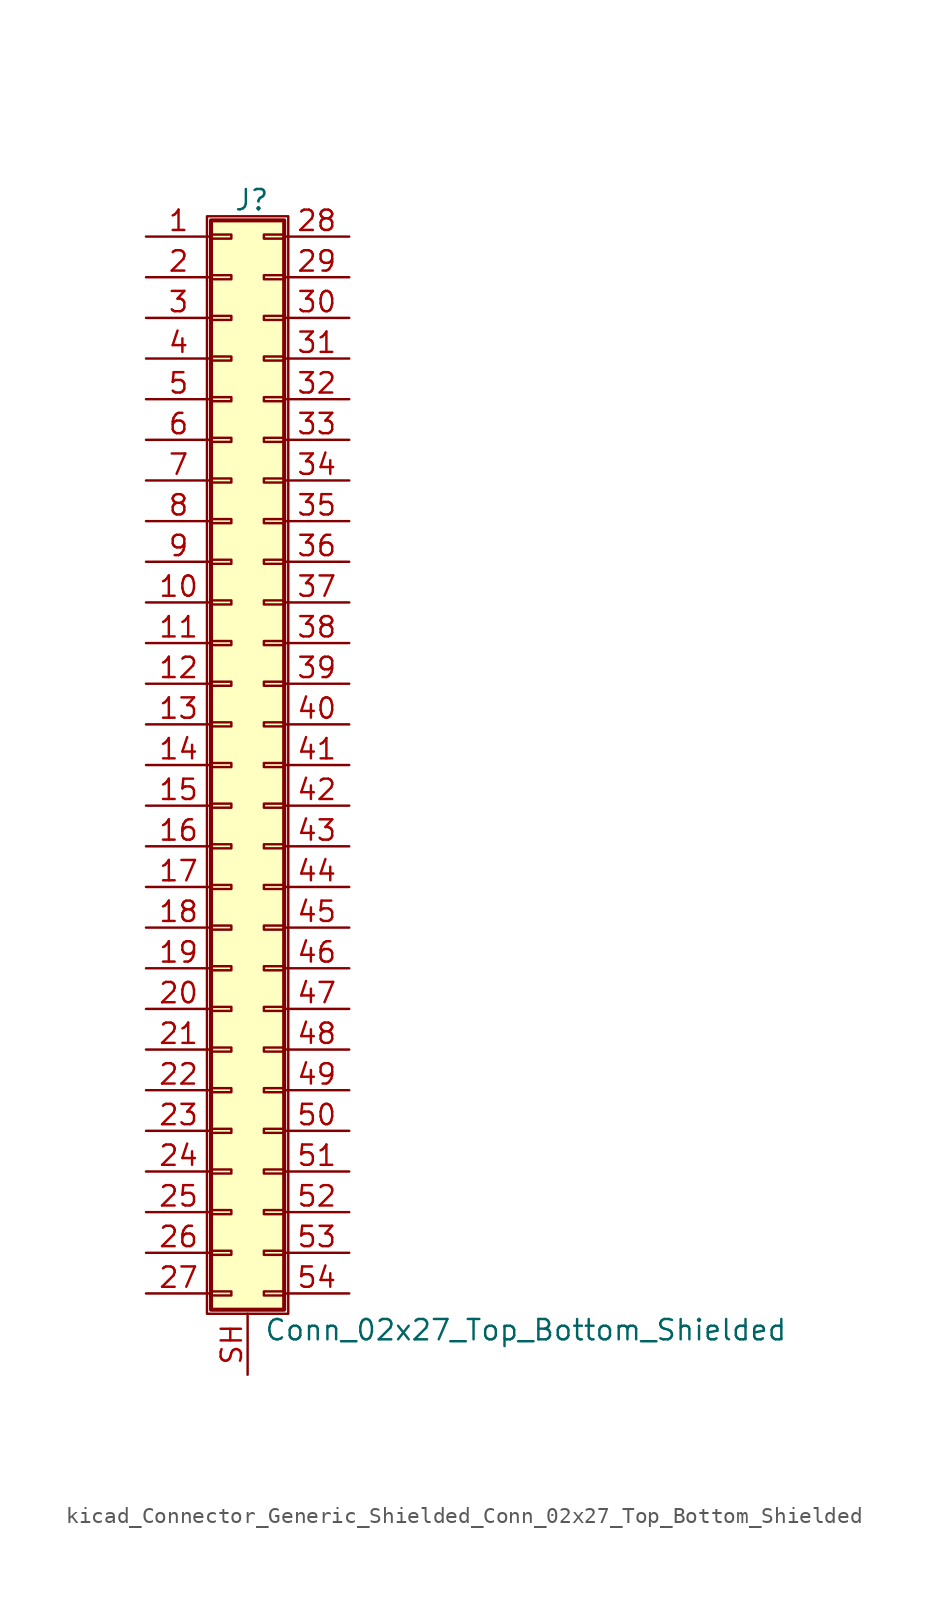
<source format=kicad_sym>
(kicad_symbol_lib
  (version 20220914)
  (generator kicad_symbol_editor)
  (symbol "kicad_Connector_Generic_Shielded_Conn_02x27_Top_Bottom_Shielded"
    (pin_names
      (offset 1.016) hide)
    (property "Reference" "J"
      (at 1.524 35.306 0)
      (effects (font (size 1.27 1.27))))
    (property "Value" "Conn_02x27_Top_Bottom_Shielded"
      (at 2.286 -35.306 0)
      (effects (font (size 1.27 1.27)) (justify left)))
    (symbol "kicad_Connector_Generic_Shielded_Conn_02x27_Top_Bottom_Shielded_1_1"
      (rectangle (start -1.27 34.29) (end 3.81 -34.29) (stroke (width 0.152) (type default)) (fill (type none)))
      (rectangle (start -1.016 -32.893) (end 0.254 -33.147) (stroke (width 0.152) (type default)) (fill (type none)))
      (rectangle (start -1.016 -30.353) (end 0.254 -30.607) (stroke (width 0.152) (type default)) (fill (type none)))
      (rectangle (start -1.016 -27.813) (end 0.254 -28.067) (stroke (width 0.152) (type default)) (fill (type none)))
      (rectangle (start -1.016 -25.273) (end 0.254 -25.527) (stroke (width 0.152) (type default)) (fill (type none)))
      (rectangle (start -1.016 -22.733) (end 0.254 -22.987) (stroke (width 0.152) (type default)) (fill (type none)))
      (rectangle (start -1.016 -20.193) (end 0.254 -20.447) (stroke (width 0.152) (type default)) (fill (type none)))
      (rectangle (start -1.016 -17.653) (end 0.254 -17.907) (stroke (width 0.152) (type default)) (fill (type none)))
      (rectangle (start -1.016 -15.113) (end 0.254 -15.367) (stroke (width 0.152) (type default)) (fill (type none)))
      (rectangle (start -1.016 -12.573) (end 0.254 -12.827) (stroke (width 0.152) (type default)) (fill (type none)))
      (rectangle (start -1.016 -10.033) (end 0.254 -10.287) (stroke (width 0.152) (type default)) (fill (type none)))
      (rectangle (start -1.016 -7.493) (end 0.254 -7.747) (stroke (width 0.152) (type default)) (fill (type none)))
      (rectangle (start -1.016 -4.953) (end 0.254 -5.207) (stroke (width 0.152) (type default)) (fill (type none)))
      (rectangle (start -1.016 -2.413) (end 0.254 -2.667) (stroke (width 0.152) (type default)) (fill (type none)))
      (rectangle (start -1.016 0.127) (end 0.254 -0.127) (stroke (width 0.152) (type default)) (fill (type none)))
      (rectangle (start -1.016 2.667) (end 0.254 2.413) (stroke (width 0.152) (type default)) (fill (type none)))
      (rectangle (start -1.016 5.207) (end 0.254 4.953) (stroke (width 0.152) (type default)) (fill (type none)))
      (rectangle (start -1.016 7.747) (end 0.254 7.493) (stroke (width 0.152) (type default)) (fill (type none)))
      (rectangle (start -1.016 10.287) (end 0.254 10.033) (stroke (width 0.152) (type default)) (fill (type none)))
      (rectangle (start -1.016 12.827) (end 0.254 12.573) (stroke (width 0.152) (type default)) (fill (type none)))
      (rectangle (start -1.016 15.367) (end 0.254 15.113) (stroke (width 0.152) (type default)) (fill (type none)))
      (rectangle (start -1.016 17.907) (end 0.254 17.653) (stroke (width 0.152) (type default)) (fill (type none)))
      (rectangle (start -1.016 20.447) (end 0.254 20.193) (stroke (width 0.152) (type default)) (fill (type none)))
      (rectangle (start -1.016 22.987) (end 0.254 22.733) (stroke (width 0.152) (type default)) (fill (type none)))
      (rectangle (start -1.016 25.527) (end 0.254 25.273) (stroke (width 0.152) (type default)) (fill (type none)))
      (rectangle (start -1.016 28.067) (end 0.254 27.813) (stroke (width 0.152) (type default)) (fill (type none)))
      (rectangle (start -1.016 30.607) (end 0.254 30.353) (stroke (width 0.152) (type default)) (fill (type none)))
      (rectangle (start -1.016 33.147) (end 0.254 32.893) (stroke (width 0.152) (type default)) (fill (type none)))
      (rectangle (start -1.016 34.036) (end 3.556 -34.036) (stroke (width 0.254) (type default)) (fill (type background)))
      (rectangle (start 3.556 -32.893) (end 2.286 -33.147) (stroke (width 0.152) (type default)) (fill (type none)))
      (rectangle (start 3.556 -30.353) (end 2.286 -30.607) (stroke (width 0.152) (type default)) (fill (type none)))
      (rectangle (start 3.556 -27.813) (end 2.286 -28.067) (stroke (width 0.152) (type default)) (fill (type none)))
      (rectangle (start 3.556 -25.273) (end 2.286 -25.527) (stroke (width 0.152) (type default)) (fill (type none)))
      (rectangle (start 3.556 -22.733) (end 2.286 -22.987) (stroke (width 0.152) (type default)) (fill (type none)))
      (rectangle (start 3.556 -20.193) (end 2.286 -20.447) (stroke (width 0.152) (type default)) (fill (type none)))
      (rectangle (start 3.556 -17.653) (end 2.286 -17.907) (stroke (width 0.152) (type default)) (fill (type none)))
      (rectangle (start 3.556 -15.113) (end 2.286 -15.367) (stroke (width 0.152) (type default)) (fill (type none)))
      (rectangle (start 3.556 -12.573) (end 2.286 -12.827) (stroke (width 0.152) (type default)) (fill (type none)))
      (rectangle (start 3.556 -10.033) (end 2.286 -10.287) (stroke (width 0.152) (type default)) (fill (type none)))
      (rectangle (start 3.556 -7.493) (end 2.286 -7.747) (stroke (width 0.152) (type default)) (fill (type none)))
      (rectangle (start 3.556 -4.953) (end 2.286 -5.207) (stroke (width 0.152) (type default)) (fill (type none)))
      (rectangle (start 3.556 -2.413) (end 2.286 -2.667) (stroke (width 0.152) (type default)) (fill (type none)))
      (rectangle (start 3.556 0.127) (end 2.286 -0.127) (stroke (width 0.152) (type default)) (fill (type none)))
      (rectangle (start 3.556 2.667) (end 2.286 2.413) (stroke (width 0.152) (type default)) (fill (type none)))
      (rectangle (start 3.556 5.207) (end 2.286 4.953) (stroke (width 0.152) (type default)) (fill (type none)))
      (rectangle (start 3.556 7.747) (end 2.286 7.493) (stroke (width 0.152) (type default)) (fill (type none)))
      (rectangle (start 3.556 10.287) (end 2.286 10.033) (stroke (width 0.152) (type default)) (fill (type none)))
      (rectangle (start 3.556 12.827) (end 2.286 12.573) (stroke (width 0.152) (type default)) (fill (type none)))
      (rectangle (start 3.556 15.367) (end 2.286 15.113) (stroke (width 0.152) (type default)) (fill (type none)))
      (rectangle (start 3.556 17.907) (end 2.286 17.653) (stroke (width 0.152) (type default)) (fill (type none)))
      (rectangle (start 3.556 20.447) (end 2.286 20.193) (stroke (width 0.152) (type default)) (fill (type none)))
      (rectangle (start 3.556 22.987) (end 2.286 22.733) (stroke (width 0.152) (type default)) (fill (type none)))
      (rectangle (start 3.556 25.527) (end 2.286 25.273) (stroke (width 0.152) (type default)) (fill (type none)))
      (rectangle (start 3.556 28.067) (end 2.286 27.813) (stroke (width 0.152) (type default)) (fill (type none)))
      (rectangle (start 3.556 30.607) (end 2.286 30.353) (stroke (width 0.152) (type default)) (fill (type none)))
      (rectangle (start 3.556 33.147) (end 2.286 32.893) (stroke (width 0.152) (type default)) (fill (type none)))
      (pin passive line (at -5.08 33.02 0) (length 4.064) (name "Pin_1" (effects (font (size 1.27 1.27)))) (number "1" (effects (font (size 1.27 1.27)))))
      (pin passive line (at -5.08 10.16 0) (length 4.064) (name "Pin_10" (effects (font (size 1.27 1.27)))) (number "10" (effects (font (size 1.27 1.27)))))
      (pin passive line (at -5.08 7.62 0) (length 4.064) (name "Pin_11" (effects (font (size 1.27 1.27)))) (number "11" (effects (font (size 1.27 1.27)))))
      (pin passive line (at -5.08 5.08 0) (length 4.064) (name "Pin_12" (effects (font (size 1.27 1.27)))) (number "12" (effects (font (size 1.27 1.27)))))
      (pin passive line (at -5.08 2.54 0) (length 4.064) (name "Pin_13" (effects (font (size 1.27 1.27)))) (number "13" (effects (font (size 1.27 1.27)))))
      (pin passive line (at -5.08 0 0) (length 4.064) (name "Pin_14" (effects (font (size 1.27 1.27)))) (number "14" (effects (font (size 1.27 1.27)))))
      (pin passive line (at -5.08 -2.54 0) (length 4.064) (name "Pin_15" (effects (font (size 1.27 1.27)))) (number "15" (effects (font (size 1.27 1.27)))))
      (pin passive line (at -5.08 -5.08 0) (length 4.064) (name "Pin_16" (effects (font (size 1.27 1.27)))) (number "16" (effects (font (size 1.27 1.27)))))
      (pin passive line (at -5.08 -7.62 0) (length 4.064) (name "Pin_17" (effects (font (size 1.27 1.27)))) (number "17" (effects (font (size 1.27 1.27)))))
      (pin passive line (at -5.08 -10.16 0) (length 4.064) (name "Pin_18" (effects (font (size 1.27 1.27)))) (number "18" (effects (font (size 1.27 1.27)))))
      (pin passive line (at -5.08 -12.7 0) (length 4.064) (name "Pin_19" (effects (font (size 1.27 1.27)))) (number "19" (effects (font (size 1.27 1.27)))))
      (pin passive line (at -5.08 30.48 0) (length 4.064) (name "Pin_2" (effects (font (size 1.27 1.27)))) (number "2" (effects (font (size 1.27 1.27)))))
      (pin passive line (at -5.08 -15.24 0) (length 4.064) (name "Pin_20" (effects (font (size 1.27 1.27)))) (number "20" (effects (font (size 1.27 1.27)))))
      (pin passive line (at -5.08 -17.78 0) (length 4.064) (name "Pin_21" (effects (font (size 1.27 1.27)))) (number "21" (effects (font (size 1.27 1.27)))))
      (pin passive line (at -5.08 -20.32 0) (length 4.064) (name "Pin_22" (effects (font (size 1.27 1.27)))) (number "22" (effects (font (size 1.27 1.27)))))
      (pin passive line (at -5.08 -22.86 0) (length 4.064) (name "Pin_23" (effects (font (size 1.27 1.27)))) (number "23" (effects (font (size 1.27 1.27)))))
      (pin passive line (at -5.08 -25.4 0) (length 4.064) (name "Pin_24" (effects (font (size 1.27 1.27)))) (number "24" (effects (font (size 1.27 1.27)))))
      (pin passive line (at -5.08 -27.94 0) (length 4.064) (name "Pin_25" (effects (font (size 1.27 1.27)))) (number "25" (effects (font (size 1.27 1.27)))))
      (pin passive line (at -5.08 -30.48 0) (length 4.064) (name "Pin_26" (effects (font (size 1.27 1.27)))) (number "26" (effects (font (size 1.27 1.27)))))
      (pin passive line (at -5.08 -33.02 0) (length 4.064) (name "Pin_27" (effects (font (size 1.27 1.27)))) (number "27" (effects (font (size 1.27 1.27)))))
      (pin passive line (at 7.62 33.02 180) (length 4.064) (name "Pin_28" (effects (font (size 1.27 1.27)))) (number "28" (effects (font (size 1.27 1.27)))))
      (pin passive line (at 7.62 30.48 180) (length 4.064) (name "Pin_29" (effects (font (size 1.27 1.27)))) (number "29" (effects (font (size 1.27 1.27)))))
      (pin passive line (at -5.08 27.94 0) (length 4.064) (name "Pin_3" (effects (font (size 1.27 1.27)))) (number "3" (effects (font (size 1.27 1.27)))))
      (pin passive line (at 7.62 27.94 180) (length 4.064) (name "Pin_30" (effects (font (size 1.27 1.27)))) (number "30" (effects (font (size 1.27 1.27)))))
      (pin passive line (at 7.62 25.4 180) (length 4.064) (name "Pin_31" (effects (font (size 1.27 1.27)))) (number "31" (effects (font (size 1.27 1.27)))))
      (pin passive line (at 7.62 22.86 180) (length 4.064) (name "Pin_32" (effects (font (size 1.27 1.27)))) (number "32" (effects (font (size 1.27 1.27)))))
      (pin passive line (at 7.62 20.32 180) (length 4.064) (name "Pin_33" (effects (font (size 1.27 1.27)))) (number "33" (effects (font (size 1.27 1.27)))))
      (pin passive line (at 7.62 17.78 180) (length 4.064) (name "Pin_34" (effects (font (size 1.27 1.27)))) (number "34" (effects (font (size 1.27 1.27)))))
      (pin passive line (at 7.62 15.24 180) (length 4.064) (name "Pin_35" (effects (font (size 1.27 1.27)))) (number "35" (effects (font (size 1.27 1.27)))))
      (pin passive line (at 7.62 12.7 180) (length 4.064) (name "Pin_36" (effects (font (size 1.27 1.27)))) (number "36" (effects (font (size 1.27 1.27)))))
      (pin passive line (at 7.62 10.16 180) (length 4.064) (name "Pin_37" (effects (font (size 1.27 1.27)))) (number "37" (effects (font (size 1.27 1.27)))))
      (pin passive line (at 7.62 7.62 180) (length 4.064) (name "Pin_38" (effects (font (size 1.27 1.27)))) (number "38" (effects (font (size 1.27 1.27)))))
      (pin passive line (at 7.62 5.08 180) (length 4.064) (name "Pin_39" (effects (font (size 1.27 1.27)))) (number "39" (effects (font (size 1.27 1.27)))))
      (pin passive line (at -5.08 25.4 0) (length 4.064) (name "Pin_4" (effects (font (size 1.27 1.27)))) (number "4" (effects (font (size 1.27 1.27)))))
      (pin passive line (at 7.62 2.54 180) (length 4.064) (name "Pin_40" (effects (font (size 1.27 1.27)))) (number "40" (effects (font (size 1.27 1.27)))))
      (pin passive line (at 7.62 0 180) (length 4.064) (name "Pin_41" (effects (font (size 1.27 1.27)))) (number "41" (effects (font (size 1.27 1.27)))))
      (pin passive line (at 7.62 -2.54 180) (length 4.064) (name "Pin_42" (effects (font (size 1.27 1.27)))) (number "42" (effects (font (size 1.27 1.27)))))
      (pin passive line (at 7.62 -5.08 180) (length 4.064) (name "Pin_43" (effects (font (size 1.27 1.27)))) (number "43" (effects (font (size 1.27 1.27)))))
      (pin passive line (at 7.62 -7.62 180) (length 4.064) (name "Pin_44" (effects (font (size 1.27 1.27)))) (number "44" (effects (font (size 1.27 1.27)))))
      (pin passive line (at 7.62 -10.16 180) (length 4.064) (name "Pin_45" (effects (font (size 1.27 1.27)))) (number "45" (effects (font (size 1.27 1.27)))))
      (pin passive line (at 7.62 -12.7 180) (length 4.064) (name "Pin_46" (effects (font (size 1.27 1.27)))) (number "46" (effects (font (size 1.27 1.27)))))
      (pin passive line (at 7.62 -15.24 180) (length 4.064) (name "Pin_47" (effects (font (size 1.27 1.27)))) (number "47" (effects (font (size 1.27 1.27)))))
      (pin passive line (at 7.62 -17.78 180) (length 4.064) (name "Pin_48" (effects (font (size 1.27 1.27)))) (number "48" (effects (font (size 1.27 1.27)))))
      (pin passive line (at 7.62 -20.32 180) (length 4.064) (name "Pin_49" (effects (font (size 1.27 1.27)))) (number "49" (effects (font (size 1.27 1.27)))))
      (pin passive line (at -5.08 22.86 0) (length 4.064) (name "Pin_5" (effects (font (size 1.27 1.27)))) (number "5" (effects (font (size 1.27 1.27)))))
      (pin passive line (at 7.62 -22.86 180) (length 4.064) (name "Pin_50" (effects (font (size 1.27 1.27)))) (number "50" (effects (font (size 1.27 1.27)))))
      (pin passive line (at 7.62 -25.4 180) (length 4.064) (name "Pin_51" (effects (font (size 1.27 1.27)))) (number "51" (effects (font (size 1.27 1.27)))))
      (pin passive line (at 7.62 -27.94 180) (length 4.064) (name "Pin_52" (effects (font (size 1.27 1.27)))) (number "52" (effects (font (size 1.27 1.27)))))
      (pin passive line (at 7.62 -30.48 180) (length 4.064) (name "Pin_53" (effects (font (size 1.27 1.27)))) (number "53" (effects (font (size 1.27 1.27)))))
      (pin passive line (at 7.62 -33.02 180) (length 4.064) (name "Pin_54" (effects (font (size 1.27 1.27)))) (number "54" (effects (font (size 1.27 1.27)))))
      (pin passive line (at -5.08 20.32 0) (length 4.064) (name "Pin_6" (effects (font (size 1.27 1.27)))) (number "6" (effects (font (size 1.27 1.27)))))
      (pin passive line (at -5.08 17.78 0) (length 4.064) (name "Pin_7" (effects (font (size 1.27 1.27)))) (number "7" (effects (font (size 1.27 1.27)))))
      (pin passive line (at -5.08 15.24 0) (length 4.064) (name "Pin_8" (effects (font (size 1.27 1.27)))) (number "8" (effects (font (size 1.27 1.27)))))
      (pin passive line (at -5.08 12.7 0) (length 4.064) (name "Pin_9" (effects (font (size 1.27 1.27)))) (number "9" (effects (font (size 1.27 1.27)))))
      (pin passive line (at 1.27 -38.1 90) (length 3.81) (name "Shield" (effects (font (size 1.27 1.27)))) (number "SH" (effects (font (size 1.27 1.27))))))))
</source>
